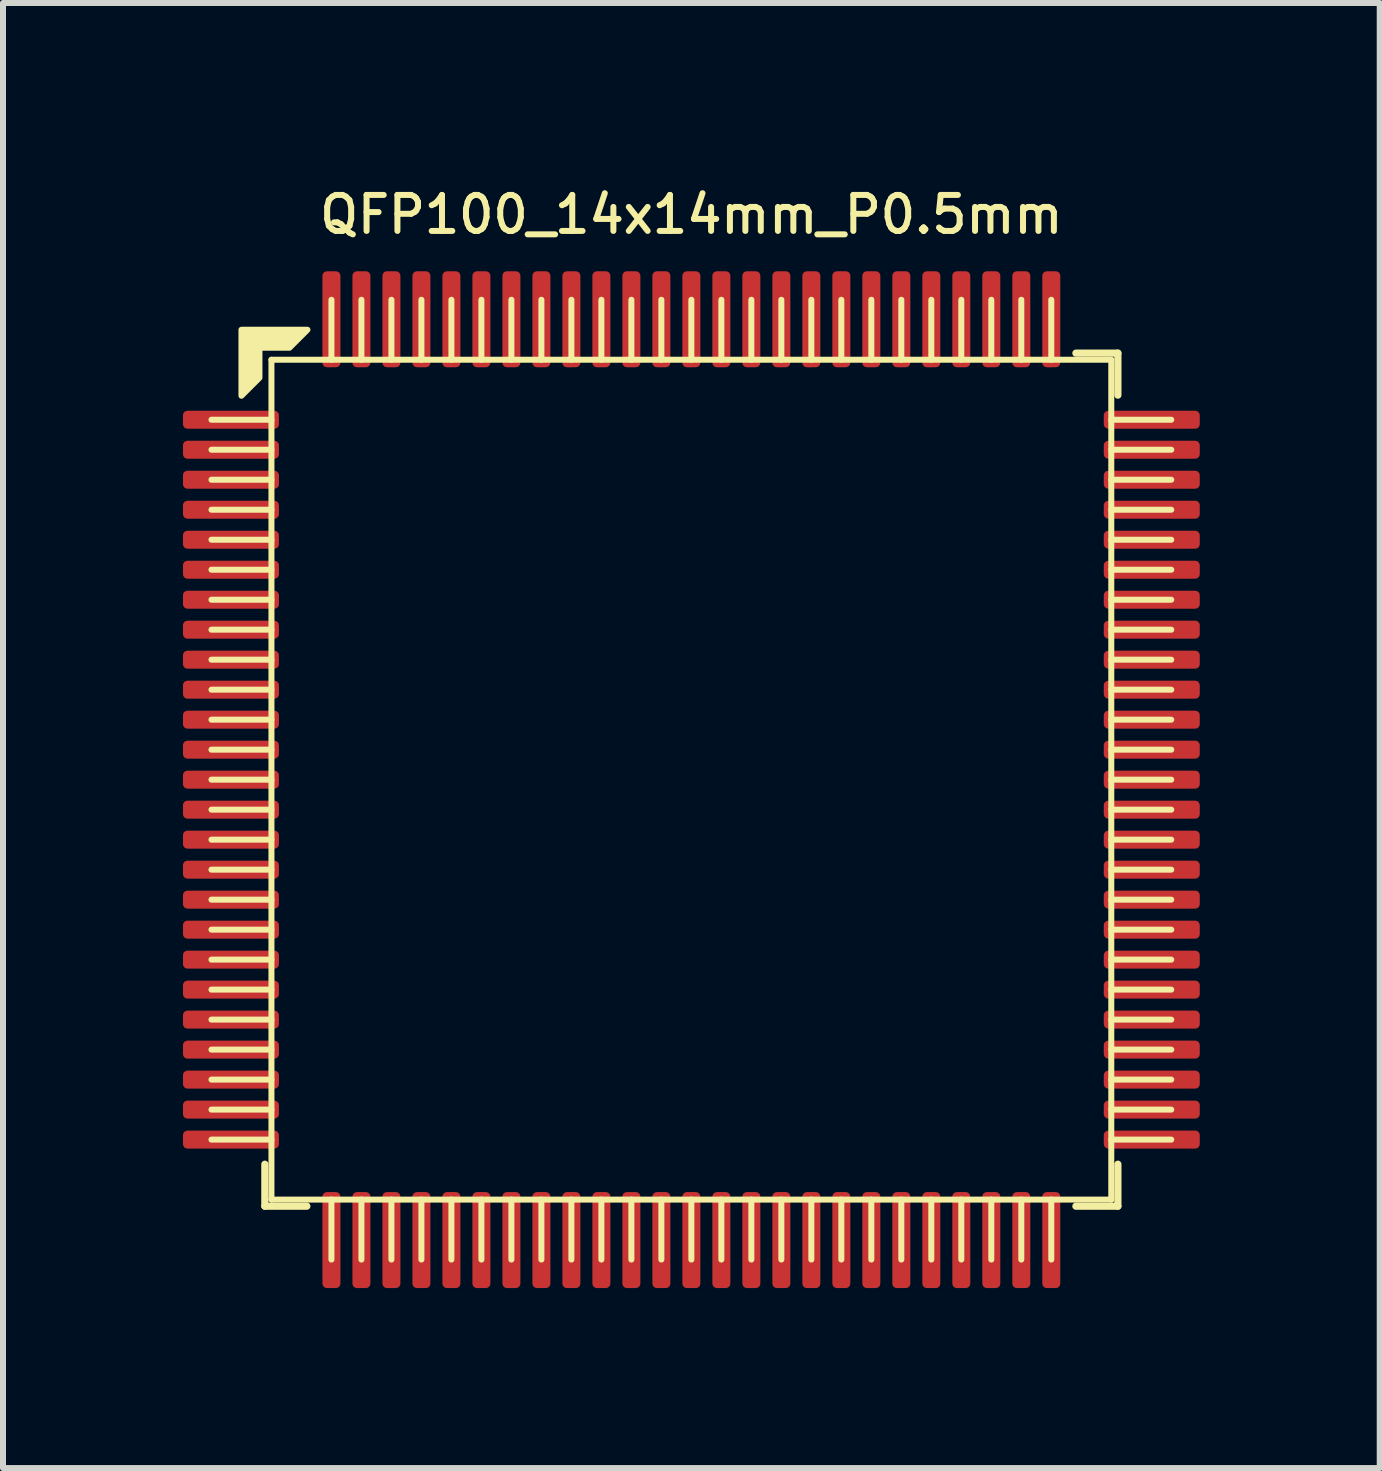
<source format=kicad_pcb>
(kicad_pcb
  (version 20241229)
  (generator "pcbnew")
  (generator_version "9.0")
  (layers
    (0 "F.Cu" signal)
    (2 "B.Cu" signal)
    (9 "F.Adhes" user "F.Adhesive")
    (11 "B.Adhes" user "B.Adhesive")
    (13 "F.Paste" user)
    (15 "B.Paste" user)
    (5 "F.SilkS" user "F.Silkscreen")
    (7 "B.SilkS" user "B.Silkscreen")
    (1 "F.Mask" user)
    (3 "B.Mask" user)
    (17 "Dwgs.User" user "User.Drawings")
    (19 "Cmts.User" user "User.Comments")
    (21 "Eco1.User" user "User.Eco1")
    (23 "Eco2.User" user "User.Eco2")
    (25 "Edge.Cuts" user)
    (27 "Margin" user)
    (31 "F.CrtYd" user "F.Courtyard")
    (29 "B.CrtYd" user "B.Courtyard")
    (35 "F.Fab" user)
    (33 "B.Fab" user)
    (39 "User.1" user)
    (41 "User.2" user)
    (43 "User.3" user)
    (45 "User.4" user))
  (footprint "QFP100_14x14mm_P0.5mm"
    (layer "F.Cu")
    (at 8.475 9.947)
    (property "Reference" "QFP100_14x14mm_P0.5mm" (at 0 -9.42 0) (layer "F.SilkS") (effects (font (size 0.6 0.6) (thickness 0.1))))
    (attr smd)
    (fp_line (start -7.11 7.11) (end -7.11 6.41) (stroke (width 0.12) (type solid)) (layer "F.SilkS"))
    (fp_line (start -7 -7) (end 7 -7) (stroke (width 0.1) (type solid)) (layer "F.SilkS"))
    (fp_line (start -7 -6) (end -8 -6) (stroke (width 0.1) (type solid)) (layer "F.SilkS"))
    (fp_line (start -7 -5.5) (end -8 -5.5) (stroke (width 0.1) (type solid)) (layer "F.SilkS"))
    (fp_line (start -7 -5) (end -8 -5) (stroke (width 0.1) (type solid)) (layer "F.SilkS"))
    (fp_line (start -7 -4.5) (end -8 -4.5) (stroke (width 0.1) (type solid)) (layer "F.SilkS"))
    (fp_line (start -7 -4) (end -8 -4) (stroke (width 0.1) (type solid)) (layer "F.SilkS"))
    (fp_line (start -7 -3.5) (end -8 -3.5) (stroke (width 0.1) (type solid)) (layer "F.SilkS"))
    (fp_line (start -7 -3) (end -8 -3) (stroke (width 0.1) (type solid)) (layer "F.SilkS"))
    (fp_line (start -7 -2.5) (end -8 -2.5) (stroke (width 0.1) (type solid)) (layer "F.SilkS"))
    (fp_line (start -7 -2) (end -8 -2) (stroke (width 0.1) (type solid)) (layer "F.SilkS"))
    (fp_line (start -7 -1.5) (end -8 -1.5) (stroke (width 0.1) (type solid)) (layer "F.SilkS"))
    (fp_line (start -7 -1) (end -8 -1) (stroke (width 0.1) (type solid)) (layer "F.SilkS"))
    (fp_line (start -7 -0.5) (end -8 -0.5) (stroke (width 0.1) (type solid)) (layer "F.SilkS"))
    (fp_line (start -7 0) (end -8 0) (stroke (width 0.1) (type solid)) (layer "F.SilkS"))
    (fp_line (start -7 0.5) (end -8 0.5) (stroke (width 0.1) (type solid)) (layer "F.SilkS"))
    (fp_line (start -7 1) (end -8 1) (stroke (width 0.1) (type solid)) (layer "F.SilkS"))
    (fp_line (start -7 1.5) (end -8 1.5) (stroke (width 0.1) (type solid)) (layer "F.SilkS"))
    (fp_line (start -7 2) (end -8 2) (stroke (width 0.1) (type solid)) (layer "F.SilkS"))
    (fp_line (start -7 2.5) (end -8 2.5) (stroke (width 0.1) (type solid)) (layer "F.SilkS"))
    (fp_line (start -7 3) (end -8 3) (stroke (width 0.1) (type solid)) (layer "F.SilkS"))
    (fp_line (start -7 3.5) (end -8 3.5) (stroke (width 0.1) (type solid)) (layer "F.SilkS"))
    (fp_line (start -7 4) (end -8 4) (stroke (width 0.1) (type solid)) (layer "F.SilkS"))
    (fp_line (start -7 4.5) (end -8 4.5) (stroke (width 0.1) (type solid)) (layer "F.SilkS"))
    (fp_line (start -7 5) (end -8 5) (stroke (width 0.1) (type solid)) (layer "F.SilkS"))
    (fp_line (start -7 5.5) (end -8 5.5) (stroke (width 0.1) (type solid)) (layer "F.SilkS"))
    (fp_line (start -7 6) (end -8 6) (stroke (width 0.1) (type solid)) (layer "F.SilkS"))
    (fp_line (start -7 7) (end -7 -7) (stroke (width 0.1) (type solid)) (layer "F.SilkS"))
    (fp_line (start -6.41 7.11) (end -7.11 7.11) (stroke (width 0.12) (type solid)) (layer "F.SilkS"))
    (fp_line (start -6 -7) (end -6 -8) (stroke (width 0.1) (type solid)) (layer "F.SilkS"))
    (fp_line (start -6 7) (end -6 8) (stroke (width 0.1) (type solid)) (layer "F.SilkS"))
    (fp_line (start -5.5 -7) (end -5.5 -8) (stroke (width 0.1) (type solid)) (layer "F.SilkS"))
    (fp_line (start -5.5 7) (end -5.5 8) (stroke (width 0.1) (type solid)) (layer "F.SilkS"))
    (fp_line (start -5 -7) (end -5 -8) (stroke (width 0.1) (type solid)) (layer "F.SilkS"))
    (fp_line (start -5 7) (end -5 8) (stroke (width 0.1) (type solid)) (layer "F.SilkS"))
    (fp_line (start -4.5 -7) (end -4.5 -8) (stroke (width 0.1) (type solid)) (layer "F.SilkS"))
    (fp_line (start -4.5 7) (end -4.5 8) (stroke (width 0.1) (type solid)) (layer "F.SilkS"))
    (fp_line (start -4 -7) (end -4 -8) (stroke (width 0.1) (type solid)) (layer "F.SilkS"))
    (fp_line (start -4 7) (end -4 8) (stroke (width 0.1) (type solid)) (layer "F.SilkS"))
    (fp_line (start -3.5 -7) (end -3.5 -8) (stroke (width 0.1) (type solid)) (layer "F.SilkS"))
    (fp_line (start -3.5 7) (end -3.5 8) (stroke (width 0.1) (type solid)) (layer "F.SilkS"))
    (fp_line (start -3 -7) (end -3 -8) (stroke (width 0.1) (type solid)) (layer "F.SilkS"))
    (fp_line (start -3 7) (end -3 8) (stroke (width 0.1) (type solid)) (layer "F.SilkS"))
    (fp_line (start -2.5 -7) (end -2.5 -8) (stroke (width 0.1) (type solid)) (layer "F.SilkS"))
    (fp_line (start -2.5 7) (end -2.5 8) (stroke (width 0.1) (type solid)) (layer "F.SilkS"))
    (fp_line (start -2 -7) (end -2 -8) (stroke (width 0.1) (type solid)) (layer "F.SilkS"))
    (fp_line (start -2 7) (end -2 8) (stroke (width 0.1) (type solid)) (layer "F.SilkS"))
    (fp_line (start -1.5 -7) (end -1.5 -8) (stroke (width 0.1) (type solid)) (layer "F.SilkS"))
    (fp_line (start -1.5 7) (end -1.5 8) (stroke (width 0.1) (type solid)) (layer "F.SilkS"))
    (fp_line (start -1 -7) (end -1 -8) (stroke (width 0.1) (type solid)) (layer "F.SilkS"))
    (fp_line (start -1 7) (end -1 8) (stroke (width 0.1) (type solid)) (layer "F.SilkS"))
    (fp_line (start -0.5 -7) (end -0.5 -8) (stroke (width 0.1) (type solid)) (layer "F.SilkS"))
    (fp_line (start -0.5 7) (end -0.5 8) (stroke (width 0.1) (type solid)) (layer "F.SilkS"))
    (fp_line (start 0 -7) (end 0 -8) (stroke (width 0.1) (type solid)) (layer "F.SilkS"))
    (fp_line (start 0 7) (end 0 8) (stroke (width 0.1) (type solid)) (layer "F.SilkS"))
    (fp_line (start 0.5 -7) (end 0.5 -8) (stroke (width 0.1) (type solid)) (layer "F.SilkS"))
    (fp_line (start 0.5 7) (end 0.5 8) (stroke (width 0.1) (type solid)) (layer "F.SilkS"))
    (fp_line (start 1 -7) (end 1 -8) (stroke (width 0.1) (type solid)) (layer "F.SilkS"))
    (fp_line (start 1 7) (end 1 8) (stroke (width 0.1) (type solid)) (layer "F.SilkS"))
    (fp_line (start 1.5 -7) (end 1.5 -8) (stroke (width 0.1) (type solid)) (layer "F.SilkS"))
    (fp_line (start 1.5 7) (end 1.5 8) (stroke (width 0.1) (type solid)) (layer "F.SilkS"))
    (fp_line (start 2 -7) (end 2 -8) (stroke (width 0.1) (type solid)) (layer "F.SilkS"))
    (fp_line (start 2 7) (end 2 8) (stroke (width 0.1) (type solid)) (layer "F.SilkS"))
    (fp_line (start 2.5 -7) (end 2.5 -8) (stroke (width 0.1) (type solid)) (layer "F.SilkS"))
    (fp_line (start 2.5 7) (end 2.5 8) (stroke (width 0.1) (type solid)) (layer "F.SilkS"))
    (fp_line (start 3 -7) (end 3 -8) (stroke (width 0.1) (type solid)) (layer "F.SilkS"))
    (fp_line (start 3 7) (end 3 8) (stroke (width 0.1) (type solid)) (layer "F.SilkS"))
    (fp_line (start 3.5 -7) (end 3.5 -8) (stroke (width 0.1) (type solid)) (layer "F.SilkS"))
    (fp_line (start 3.5 7) (end 3.5 8) (stroke (width 0.1) (type solid)) (layer "F.SilkS"))
    (fp_line (start 4 -7) (end 4 -8) (stroke (width 0.1) (type solid)) (layer "F.SilkS"))
    (fp_line (start 4 7) (end 4 8) (stroke (width 0.1) (type solid)) (layer "F.SilkS"))
    (fp_line (start 4.5 -7) (end 4.5 -8) (stroke (width 0.1) (type solid)) (layer "F.SilkS"))
    (fp_line (start 4.5 7) (end 4.5 8) (stroke (width 0.1) (type solid)) (layer "F.SilkS"))
    (fp_line (start 5 -7) (end 5 -8) (stroke (width 0.1) (type solid)) (layer "F.SilkS"))
    (fp_line (start 5 7) (end 5 8) (stroke (width 0.1) (type solid)) (layer "F.SilkS"))
    (fp_line (start 5.5 -7) (end 5.5 -8) (stroke (width 0.1) (type solid)) (layer "F.SilkS"))
    (fp_line (start 5.5 7) (end 5.5 8) (stroke (width 0.1) (type solid)) (layer "F.SilkS"))
    (fp_line (start 6 -7) (end 6 -8) (stroke (width 0.1) (type solid)) (layer "F.SilkS"))
    (fp_line (start 6 7) (end 6 8) (stroke (width 0.1) (type solid)) (layer "F.SilkS"))
    (fp_line (start 6.41 -7.11) (end 7.11 -7.11) (stroke (width 0.12) (type solid)) (layer "F.SilkS"))
    (fp_line (start 6.41 7.11) (end 7.11 7.11) (stroke (width 0.12) (type solid)) (layer "F.SilkS"))
    (fp_line (start 7 -7) (end 7 7) (stroke (width 0.1) (type solid)) (layer "F.SilkS"))
    (fp_line (start 7 -6) (end 8 -6) (stroke (width 0.1) (type solid)) (layer "F.SilkS"))
    (fp_line (start 7 -5.5) (end 8 -5.5) (stroke (width 0.1) (type solid)) (layer "F.SilkS"))
    (fp_line (start 7 -5) (end 8 -5) (stroke (width 0.1) (type solid)) (layer "F.SilkS"))
    (fp_line (start 7 -4.5) (end 8 -4.5) (stroke (width 0.1) (type solid)) (layer "F.SilkS"))
    (fp_line (start 7 -4) (end 8 -4) (stroke (width 0.1) (type solid)) (layer "F.SilkS"))
    (fp_line (start 7 -3.5) (end 8 -3.5) (stroke (width 0.1) (type solid)) (layer "F.SilkS"))
    (fp_line (start 7 -3) (end 8 -3) (stroke (width 0.1) (type solid)) (layer "F.SilkS"))
    (fp_line (start 7 -2.5) (end 8 -2.5) (stroke (width 0.1) (type solid)) (layer "F.SilkS"))
    (fp_line (start 7 -2) (end 8 -2) (stroke (width 0.1) (type solid)) (layer "F.SilkS"))
    (fp_line (start 7 -1.5) (end 8 -1.5) (stroke (width 0.1) (type solid)) (layer "F.SilkS"))
    (fp_line (start 7 -1) (end 8 -1) (stroke (width 0.1) (type solid)) (layer "F.SilkS"))
    (fp_line (start 7 -0.5) (end 8 -0.5) (stroke (width 0.1) (type solid)) (layer "F.SilkS"))
    (fp_line (start 7 0) (end 8 0) (stroke (width 0.1) (type solid)) (layer "F.SilkS"))
    (fp_line (start 7 0.5) (end 8 0.5) (stroke (width 0.1) (type solid)) (layer "F.SilkS"))
    (fp_line (start 7 1) (end 8 1) (stroke (width 0.1) (type solid)) (layer "F.SilkS"))
    (fp_line (start 7 1.5) (end 8 1.5) (stroke (width 0.1) (type solid)) (layer "F.SilkS"))
    (fp_line (start 7 2) (end 8 2) (stroke (width 0.1) (type solid)) (layer "F.SilkS"))
    (fp_line (start 7 2.5) (end 8 2.5) (stroke (width 0.1) (type solid)) (layer "F.SilkS"))
    (fp_line (start 7 3) (end 8 3) (stroke (width 0.1) (type solid)) (layer "F.SilkS"))
    (fp_line (start 7 3.5) (end 8 3.5) (stroke (width 0.1) (type solid)) (layer "F.SilkS"))
    (fp_line (start 7 4) (end 8 4) (stroke (width 0.1) (type solid)) (layer "F.SilkS"))
    (fp_line (start 7 4.5) (end 8 4.5) (stroke (width 0.1) (type solid)) (layer "F.SilkS"))
    (fp_line (start 7 5) (end 8 5) (stroke (width 0.1) (type solid)) (layer "F.SilkS"))
    (fp_line (start 7 5.5) (end 8 5.5) (stroke (width 0.1) (type solid)) (layer "F.SilkS"))
    (fp_line (start 7 6) (end 8 6) (stroke (width 0.1) (type solid)) (layer "F.SilkS"))
    (fp_line (start 7 7) (end -7 7) (stroke (width 0.1) (type solid)) (layer "F.SilkS"))
    (fp_line (start 7.11 -7.11) (end 7.11 -6.41) (stroke (width 0.12) (type solid)) (layer "F.SilkS"))
    (fp_line (start 7.11 7.11) (end 7.11 6.41) (stroke (width 0.12) (type solid)) (layer "F.SilkS"))
    (fp_poly (pts (xy -6.7 -7.2) (xy -7.2 -7.2) (xy -7.2 -6.7) (xy -7.5 -6.4) (xy -7.5 -7.5) (xy -6.4 -7.5)) (stroke (width 0.1) (type solid)) (fill yes) (layer "F.SilkS"))
    (pad "1" smd roundrect (at -7.675 -6) (size 1.6 0.3) (layers "F.Cu" "F.Mask" "F.Paste") (roundrect_rratio 0.25))
    (pad "2" smd roundrect (at -7.675 -5.5) (size 1.6 0.3) (layers "F.Cu" "F.Mask" "F.Paste") (roundrect_rratio 0.25))
    (pad "3" smd roundrect (at -7.675 -5) (size 1.6 0.3) (layers "F.Cu" "F.Mask" "F.Paste") (roundrect_rratio 0.25))
    (pad "4" smd roundrect (at -7.675 -4.5) (size 1.6 0.3) (layers "F.Cu" "F.Mask" "F.Paste") (roundrect_rratio 0.25))
    (pad "5" smd roundrect (at -7.675 -4) (size 1.6 0.3) (layers "F.Cu" "F.Mask" "F.Paste") (roundrect_rratio 0.25))
    (pad "6" smd roundrect (at -7.675 -3.5) (size 1.6 0.3) (layers "F.Cu" "F.Mask" "F.Paste") (roundrect_rratio 0.25))
    (pad "7" smd roundrect (at -7.675 -3) (size 1.6 0.3) (layers "F.Cu" "F.Mask" "F.Paste") (roundrect_rratio 0.25))
    (pad "8" smd roundrect (at -7.675 -2.5) (size 1.6 0.3) (layers "F.Cu" "F.Mask" "F.Paste") (roundrect_rratio 0.25))
    (pad "9" smd roundrect (at -7.675 -2) (size 1.6 0.3) (layers "F.Cu" "F.Mask" "F.Paste") (roundrect_rratio 0.25))
    (pad "10" smd roundrect (at -7.675 -1.5) (size 1.6 0.3) (layers "F.Cu" "F.Mask" "F.Paste") (roundrect_rratio 0.25))
    (pad "11" smd roundrect (at -7.675 -1) (size 1.6 0.3) (layers "F.Cu" "F.Mask" "F.Paste") (roundrect_rratio 0.25))
    (pad "12" smd roundrect (at -7.675 -0.5) (size 1.6 0.3) (layers "F.Cu" "F.Mask" "F.Paste") (roundrect_rratio 0.25))
    (pad "13" smd roundrect (at -7.675 0) (size 1.6 0.3) (layers "F.Cu" "F.Mask" "F.Paste") (roundrect_rratio 0.25))
    (pad "14" smd roundrect (at -7.675 0.5) (size 1.6 0.3) (layers "F.Cu" "F.Mask" "F.Paste") (roundrect_rratio 0.25))
    (pad "15" smd roundrect (at -7.675 1) (size 1.6 0.3) (layers "F.Cu" "F.Mask" "F.Paste") (roundrect_rratio 0.25))
    (pad "16" smd roundrect (at -7.675 1.5) (size 1.6 0.3) (layers "F.Cu" "F.Mask" "F.Paste") (roundrect_rratio 0.25))
    (pad "17" smd roundrect (at -7.675 2) (size 1.6 0.3) (layers "F.Cu" "F.Mask" "F.Paste") (roundrect_rratio 0.25))
    (pad "18" smd roundrect (at -7.675 2.5) (size 1.6 0.3) (layers "F.Cu" "F.Mask" "F.Paste") (roundrect_rratio 0.25))
    (pad "19" smd roundrect (at -7.675 3) (size 1.6 0.3) (layers "F.Cu" "F.Mask" "F.Paste") (roundrect_rratio 0.25))
    (pad "20" smd roundrect (at -7.675 3.5) (size 1.6 0.3) (layers "F.Cu" "F.Mask" "F.Paste") (roundrect_rratio 0.25))
    (pad "21" smd roundrect (at -7.675 4) (size 1.6 0.3) (layers "F.Cu" "F.Mask" "F.Paste") (roundrect_rratio 0.25))
    (pad "22" smd roundrect (at -7.675 4.5) (size 1.6 0.3) (layers "F.Cu" "F.Mask" "F.Paste") (roundrect_rratio 0.25))
    (pad "23" smd roundrect (at -7.675 5) (size 1.6 0.3) (layers "F.Cu" "F.Mask" "F.Paste") (roundrect_rratio 0.25))
    (pad "24" smd roundrect (at -7.675 5.5) (size 1.6 0.3) (layers "F.Cu" "F.Mask" "F.Paste") (roundrect_rratio 0.25))
    (pad "25" smd roundrect (at -7.675 6) (size 1.6 0.3) (layers "F.Cu" "F.Mask" "F.Paste") (roundrect_rratio 0.25))
    (pad "26" smd roundrect (at -6 7.675) (size 0.3 1.6) (layers "F.Cu" "F.Mask" "F.Paste") (roundrect_rratio 0.25))
    (pad "27" smd roundrect (at -5.5 7.675) (size 0.3 1.6) (layers "F.Cu" "F.Mask" "F.Paste") (roundrect_rratio 0.25))
    (pad "28" smd roundrect (at -5 7.675) (size 0.3 1.6) (layers "F.Cu" "F.Mask" "F.Paste") (roundrect_rratio 0.25))
    (pad "29" smd roundrect (at -4.5 7.675) (size 0.3 1.6) (layers "F.Cu" "F.Mask" "F.Paste") (roundrect_rratio 0.25))
    (pad "30" smd roundrect (at -4 7.675) (size 0.3 1.6) (layers "F.Cu" "F.Mask" "F.Paste") (roundrect_rratio 0.25))
    (pad "31" smd roundrect (at -3.5 7.675) (size 0.3 1.6) (layers "F.Cu" "F.Mask" "F.Paste") (roundrect_rratio 0.25))
    (pad "32" smd roundrect (at -3 7.675) (size 0.3 1.6) (layers "F.Cu" "F.Mask" "F.Paste") (roundrect_rratio 0.25))
    (pad "33" smd roundrect (at -2.5 7.675) (size 0.3 1.6) (layers "F.Cu" "F.Mask" "F.Paste") (roundrect_rratio 0.25))
    (pad "34" smd roundrect (at -2 7.675) (size 0.3 1.6) (layers "F.Cu" "F.Mask" "F.Paste") (roundrect_rratio 0.25))
    (pad "35" smd roundrect (at -1.5 7.675) (size 0.3 1.6) (layers "F.Cu" "F.Mask" "F.Paste") (roundrect_rratio 0.25))
    (pad "36" smd roundrect (at -1 7.675) (size 0.3 1.6) (layers "F.Cu" "F.Mask" "F.Paste") (roundrect_rratio 0.25))
    (pad "37" smd roundrect (at -0.5 7.675) (size 0.3 1.6) (layers "F.Cu" "F.Mask" "F.Paste") (roundrect_rratio 0.25))
    (pad "38" smd roundrect (at 0 7.675) (size 0.3 1.6) (layers "F.Cu" "F.Mask" "F.Paste") (roundrect_rratio 0.25))
    (pad "39" smd roundrect (at 0.5 7.675) (size 0.3 1.6) (layers "F.Cu" "F.Mask" "F.Paste") (roundrect_rratio 0.25))
    (pad "40" smd roundrect (at 1 7.675) (size 0.3 1.6) (layers "F.Cu" "F.Mask" "F.Paste") (roundrect_rratio 0.25))
    (pad "41" smd roundrect (at 1.5 7.675) (size 0.3 1.6) (layers "F.Cu" "F.Mask" "F.Paste") (roundrect_rratio 0.25))
    (pad "42" smd roundrect (at 2 7.675) (size 0.3 1.6) (layers "F.Cu" "F.Mask" "F.Paste") (roundrect_rratio 0.25))
    (pad "43" smd roundrect (at 2.5 7.675) (size 0.3 1.6) (layers "F.Cu" "F.Mask" "F.Paste") (roundrect_rratio 0.25))
    (pad "44" smd roundrect (at 3 7.675) (size 0.3 1.6) (layers "F.Cu" "F.Mask" "F.Paste") (roundrect_rratio 0.25))
    (pad "45" smd roundrect (at 3.5 7.675) (size 0.3 1.6) (layers "F.Cu" "F.Mask" "F.Paste") (roundrect_rratio 0.25))
    (pad "46" smd roundrect (at 4 7.675) (size 0.3 1.6) (layers "F.Cu" "F.Mask" "F.Paste") (roundrect_rratio 0.25))
    (pad "47" smd roundrect (at 4.5 7.675) (size 0.3 1.6) (layers "F.Cu" "F.Mask" "F.Paste") (roundrect_rratio 0.25))
    (pad "48" smd roundrect (at 5 7.675) (size 0.3 1.6) (layers "F.Cu" "F.Mask" "F.Paste") (roundrect_rratio 0.25))
    (pad "49" smd roundrect (at 5.5 7.675) (size 0.3 1.6) (layers "F.Cu" "F.Mask" "F.Paste") (roundrect_rratio 0.25))
    (pad "50" smd roundrect (at 6 7.675) (size 0.3 1.6) (layers "F.Cu" "F.Mask" "F.Paste") (roundrect_rratio 0.25))
    (pad "51" smd roundrect (at 7.675 6) (size 1.6 0.3) (layers "F.Cu" "F.Mask" "F.Paste") (roundrect_rratio 0.25))
    (pad "52" smd roundrect (at 7.675 5.5) (size 1.6 0.3) (layers "F.Cu" "F.Mask" "F.Paste") (roundrect_rratio 0.25))
    (pad "53" smd roundrect (at 7.675 5) (size 1.6 0.3) (layers "F.Cu" "F.Mask" "F.Paste") (roundrect_rratio 0.25))
    (pad "54" smd roundrect (at 7.675 4.5) (size 1.6 0.3) (layers "F.Cu" "F.Mask" "F.Paste") (roundrect_rratio 0.25))
    (pad "55" smd roundrect (at 7.675 4) (size 1.6 0.3) (layers "F.Cu" "F.Mask" "F.Paste") (roundrect_rratio 0.25))
    (pad "56" smd roundrect (at 7.675 3.5) (size 1.6 0.3) (layers "F.Cu" "F.Mask" "F.Paste") (roundrect_rratio 0.25))
    (pad "57" smd roundrect (at 7.675 3) (size 1.6 0.3) (layers "F.Cu" "F.Mask" "F.Paste") (roundrect_rratio 0.25))
    (pad "58" smd roundrect (at 7.675 2.5) (size 1.6 0.3) (layers "F.Cu" "F.Mask" "F.Paste") (roundrect_rratio 0.25))
    (pad "59" smd roundrect (at 7.675 2) (size 1.6 0.3) (layers "F.Cu" "F.Mask" "F.Paste") (roundrect_rratio 0.25))
    (pad "60" smd roundrect (at 7.675 1.5) (size 1.6 0.3) (layers "F.Cu" "F.Mask" "F.Paste") (roundrect_rratio 0.25))
    (pad "61" smd roundrect (at 7.675 1) (size 1.6 0.3) (layers "F.Cu" "F.Mask" "F.Paste") (roundrect_rratio 0.25))
    (pad "62" smd roundrect (at 7.675 0.5) (size 1.6 0.3) (layers "F.Cu" "F.Mask" "F.Paste") (roundrect_rratio 0.25))
    (pad "63" smd roundrect (at 7.675 0) (size 1.6 0.3) (layers "F.Cu" "F.Mask" "F.Paste") (roundrect_rratio 0.25))
    (pad "64" smd roundrect (at 7.675 -0.5) (size 1.6 0.3) (layers "F.Cu" "F.Mask" "F.Paste") (roundrect_rratio 0.25))
    (pad "65" smd roundrect (at 7.675 -1) (size 1.6 0.3) (layers "F.Cu" "F.Mask" "F.Paste") (roundrect_rratio 0.25))
    (pad "66" smd roundrect (at 7.675 -1.5) (size 1.6 0.3) (layers "F.Cu" "F.Mask" "F.Paste") (roundrect_rratio 0.25))
    (pad "67" smd roundrect (at 7.675 -2) (size 1.6 0.3) (layers "F.Cu" "F.Mask" "F.Paste") (roundrect_rratio 0.25))
    (pad "68" smd roundrect (at 7.675 -2.5) (size 1.6 0.3) (layers "F.Cu" "F.Mask" "F.Paste") (roundrect_rratio 0.25))
    (pad "69" smd roundrect (at 7.675 -3) (size 1.6 0.3) (layers "F.Cu" "F.Mask" "F.Paste") (roundrect_rratio 0.25))
    (pad "70" smd roundrect (at 7.675 -3.5) (size 1.6 0.3) (layers "F.Cu" "F.Mask" "F.Paste") (roundrect_rratio 0.25))
    (pad "71" smd roundrect (at 7.675 -4) (size 1.6 0.3) (layers "F.Cu" "F.Mask" "F.Paste") (roundrect_rratio 0.25))
    (pad "72" smd roundrect (at 7.675 -4.5) (size 1.6 0.3) (layers "F.Cu" "F.Mask" "F.Paste") (roundrect_rratio 0.25))
    (pad "73" smd roundrect (at 7.675 -5) (size 1.6 0.3) (layers "F.Cu" "F.Mask" "F.Paste") (roundrect_rratio 0.25))
    (pad "74" smd roundrect (at 7.675 -5.5) (size 1.6 0.3) (layers "F.Cu" "F.Mask" "F.Paste") (roundrect_rratio 0.25))
    (pad "75" smd roundrect (at 7.675 -6) (size 1.6 0.3) (layers "F.Cu" "F.Mask" "F.Paste") (roundrect_rratio 0.25))
    (pad "76" smd roundrect (at 6 -7.675) (size 0.3 1.6) (layers "F.Cu" "F.Mask" "F.Paste") (roundrect_rratio 0.25))
    (pad "77" smd roundrect (at 5.5 -7.675) (size 0.3 1.6) (layers "F.Cu" "F.Mask" "F.Paste") (roundrect_rratio 0.25))
    (pad "78" smd roundrect (at 5 -7.675) (size 0.3 1.6) (layers "F.Cu" "F.Mask" "F.Paste") (roundrect_rratio 0.25))
    (pad "79" smd roundrect (at 4.5 -7.675) (size 0.3 1.6) (layers "F.Cu" "F.Mask" "F.Paste") (roundrect_rratio 0.25))
    (pad "80" smd roundrect (at 4 -7.675) (size 0.3 1.6) (layers "F.Cu" "F.Mask" "F.Paste") (roundrect_rratio 0.25))
    (pad "81" smd roundrect (at 3.5 -7.675) (size 0.3 1.6) (layers "F.Cu" "F.Mask" "F.Paste") (roundrect_rratio 0.25))
    (pad "82" smd roundrect (at 3 -7.675) (size 0.3 1.6) (layers "F.Cu" "F.Mask" "F.Paste") (roundrect_rratio 0.25))
    (pad "83" smd roundrect (at 2.5 -7.675) (size 0.3 1.6) (layers "F.Cu" "F.Mask" "F.Paste") (roundrect_rratio 0.25))
    (pad "84" smd roundrect (at 2 -7.675) (size 0.3 1.6) (layers "F.Cu" "F.Mask" "F.Paste") (roundrect_rratio 0.25))
    (pad "85" smd roundrect (at 1.5 -7.675) (size 0.3 1.6) (layers "F.Cu" "F.Mask" "F.Paste") (roundrect_rratio 0.25))
    (pad "86" smd roundrect (at 1 -7.675) (size 0.3 1.6) (layers "F.Cu" "F.Mask" "F.Paste") (roundrect_rratio 0.25))
    (pad "87" smd roundrect (at 0.5 -7.675) (size 0.3 1.6) (layers "F.Cu" "F.Mask" "F.Paste") (roundrect_rratio 0.25))
    (pad "88" smd roundrect (at 0 -7.675) (size 0.3 1.6) (layers "F.Cu" "F.Mask" "F.Paste") (roundrect_rratio 0.25))
    (pad "89" smd roundrect (at -0.5 -7.675) (size 0.3 1.6) (layers "F.Cu" "F.Mask" "F.Paste") (roundrect_rratio 0.25))
    (pad "90" smd roundrect (at -1 -7.675) (size 0.3 1.6) (layers "F.Cu" "F.Mask" "F.Paste") (roundrect_rratio 0.25))
    (pad "91" smd roundrect (at -1.5 -7.675) (size 0.3 1.6) (layers "F.Cu" "F.Mask" "F.Paste") (roundrect_rratio 0.25))
    (pad "92" smd roundrect (at -2 -7.675) (size 0.3 1.6) (layers "F.Cu" "F.Mask" "F.Paste") (roundrect_rratio 0.25))
    (pad "93" smd roundrect (at -2.5 -7.675) (size 0.3 1.6) (layers "F.Cu" "F.Mask" "F.Paste") (roundrect_rratio 0.25))
    (pad "94" smd roundrect (at -3 -7.675) (size 0.3 1.6) (layers "F.Cu" "F.Mask" "F.Paste") (roundrect_rratio 0.25))
    (pad "95" smd roundrect (at -3.5 -7.675) (size 0.3 1.6) (layers "F.Cu" "F.Mask" "F.Paste") (roundrect_rratio 0.25))
    (pad "96" smd roundrect (at -4 -7.675) (size 0.3 1.6) (layers "F.Cu" "F.Mask" "F.Paste") (roundrect_rratio 0.25))
    (pad "97" smd roundrect (at -4.5 -7.675) (size 0.3 1.6) (layers "F.Cu" "F.Mask" "F.Paste") (roundrect_rratio 0.25))
    (pad "98" smd roundrect (at -5 -7.675) (size 0.3 1.6) (layers "F.Cu" "F.Mask" "F.Paste") (roundrect_rratio 0.25))
    (pad "99" smd roundrect (at -5.5 -7.675) (size 0.3 1.6) (layers "F.Cu" "F.Mask" "F.Paste") (roundrect_rratio 0.25))
    (pad "100" smd roundrect (at -6 -7.675) (size 0.3 1.6) (layers "F.Cu" "F.Mask" "F.Paste") (roundrect_rratio 0.25)))
  (gr_rect
    (start -3 -3)
    (end 19.95 21.422)
    (stroke (width 0.1) (type default))
    (fill no)
    (layer "Edge.Cuts")))
</source>
